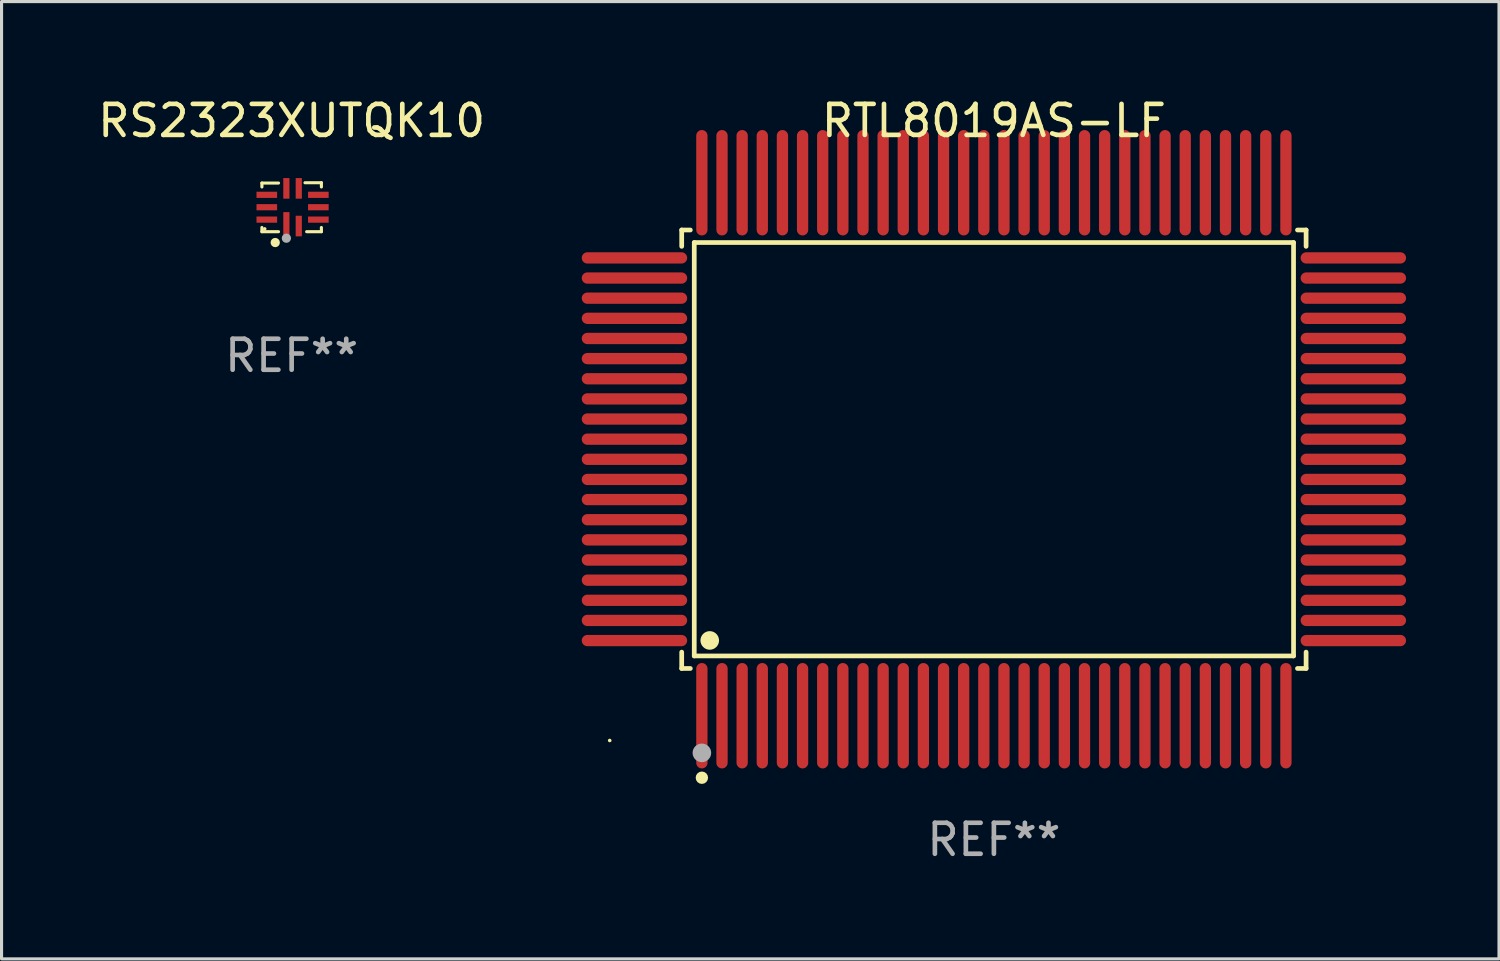
<source format=kicad_pcb>
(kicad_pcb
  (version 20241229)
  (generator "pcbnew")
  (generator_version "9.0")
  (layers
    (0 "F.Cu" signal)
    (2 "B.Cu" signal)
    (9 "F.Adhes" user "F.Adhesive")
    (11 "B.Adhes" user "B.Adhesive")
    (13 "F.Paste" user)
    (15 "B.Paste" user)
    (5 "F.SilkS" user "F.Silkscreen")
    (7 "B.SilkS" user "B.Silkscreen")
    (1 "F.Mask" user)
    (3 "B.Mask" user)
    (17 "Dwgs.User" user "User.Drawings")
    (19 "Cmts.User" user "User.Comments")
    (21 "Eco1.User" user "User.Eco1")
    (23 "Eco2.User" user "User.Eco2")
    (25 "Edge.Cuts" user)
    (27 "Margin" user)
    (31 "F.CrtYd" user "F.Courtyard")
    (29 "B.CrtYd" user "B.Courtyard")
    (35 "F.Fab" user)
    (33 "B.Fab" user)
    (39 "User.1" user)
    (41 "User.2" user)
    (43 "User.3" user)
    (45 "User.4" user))
  (footprint "RTL8019AS-LF"
    (layer "F.Cu")
    (at 29.028 11.449)
    (property "Reference" "RTL8019AS-LF" (at 0 -10.601 0) (layer "F.SilkS") (effects (font (size 1 1) (thickness 0.15))))
    (attr through_hole)
    (fp_line (start -10.076 -7.076) (end -9.798 -7.076) (stroke (width 0.152) (type solid)) (layer "F.SilkS"))
    (fp_line (start -10.076 -6.548) (end -10.076 -7.076) (stroke (width 0.152) (type solid)) (layer "F.SilkS"))
    (fp_line (start -10.076 6.548) (end -10.076 7.076) (stroke (width 0.152) (type solid)) (layer "F.SilkS"))
    (fp_line (start -10.076 7.076) (end -9.798 7.076) (stroke (width 0.152) (type solid)) (layer "F.SilkS"))
    (fp_line (start -9.671 -6.671) (end 9.671 -6.671) (stroke (width 0.152) (type solid)) (layer "F.SilkS"))
    (fp_line (start -9.671 6.671) (end -9.671 -6.671) (stroke (width 0.152) (type solid)) (layer "F.SilkS"))
    (fp_line (start 9.671 -6.671) (end 9.671 6.671) (stroke (width 0.152) (type solid)) (layer "F.SilkS"))
    (fp_line (start 9.671 6.671) (end -9.671 6.671) (stroke (width 0.152) (type solid)) (layer "F.SilkS"))
    (fp_line (start 10.076 -7.076) (end 9.798 -7.076) (stroke (width 0.152) (type solid)) (layer "F.SilkS"))
    (fp_line (start 10.076 -6.548) (end 10.076 -7.076) (stroke (width 0.152) (type solid)) (layer "F.SilkS"))
    (fp_line (start 10.076 6.548) (end 10.076 7.076) (stroke (width 0.152) (type solid)) (layer "F.SilkS"))
    (fp_line (start 10.076 7.076) (end 9.798 7.076) (stroke (width 0.152) (type solid)) (layer "F.SilkS"))
    (fp_circle (center -12.4 9.4) (end -12.37 9.4) (stroke (width 0.06) (type solid)) (fill no) (layer "F.SilkS"))
    (fp_circle (center -9.425 10.602) (end -9.325 10.602) (stroke (width 0.2) (type solid)) (fill no) (layer "F.SilkS"))
    (fp_circle (center -9.171 6.171) (end -9.021 6.171) (stroke (width 0.3) (type solid)) (fill no) (layer "F.SilkS"))
    (fp_circle (center -9.425 9.8) (end -9.275 9.8) (stroke (width 0.3) (type solid)) (fill no) (layer "F.Fab"))
    (fp_text user "REF**" (at 0 12.601 0) (layer "F.Fab") (effects (font (size 1 1) (thickness 0.15))))
    (pad "1" smd oval (at -9.425 8.601) (size 0.364 3.402) (layers "F.Cu" "F.Mask" "F.Paste"))
    (pad "2" smd oval (at -8.775 8.601) (size 0.364 3.402) (layers "F.Cu" "F.Mask" "F.Paste"))
    (pad "3" smd oval (at -8.125 8.601) (size 0.364 3.402) (layers "F.Cu" "F.Mask" "F.Paste"))
    (pad "4" smd oval (at -7.475 8.601) (size 0.364 3.402) (layers "F.Cu" "F.Mask" "F.Paste"))
    (pad "5" smd oval (at -6.825 8.601) (size 0.364 3.402) (layers "F.Cu" "F.Mask" "F.Paste"))
    (pad "6" smd oval (at -6.175 8.601) (size 0.364 3.402) (layers "F.Cu" "F.Mask" "F.Paste"))
    (pad "7" smd oval (at -5.525 8.601) (size 0.364 3.402) (layers "F.Cu" "F.Mask" "F.Paste"))
    (pad "8" smd oval (at -4.875 8.601) (size 0.364 3.402) (layers "F.Cu" "F.Mask" "F.Paste"))
    (pad "9" smd oval (at -4.225 8.601) (size 0.364 3.402) (layers "F.Cu" "F.Mask" "F.Paste"))
    (pad "10" smd oval (at -3.575 8.601) (size 0.364 3.402) (layers "F.Cu" "F.Mask" "F.Paste"))
    (pad "11" smd oval (at -2.925 8.601) (size 0.364 3.402) (layers "F.Cu" "F.Mask" "F.Paste"))
    (pad "12" smd oval (at -2.275 8.601) (size 0.364 3.402) (layers "F.Cu" "F.Mask" "F.Paste"))
    (pad "13" smd oval (at -1.625 8.601) (size 0.364 3.402) (layers "F.Cu" "F.Mask" "F.Paste"))
    (pad "14" smd oval (at -0.975 8.601) (size 0.364 3.402) (layers "F.Cu" "F.Mask" "F.Paste"))
    (pad "15" smd oval (at -0.325 8.601) (size 0.364 3.402) (layers "F.Cu" "F.Mask" "F.Paste"))
    (pad "16" smd oval (at 0.325 8.601) (size 0.364 3.402) (layers "F.Cu" "F.Mask" "F.Paste"))
    (pad "17" smd oval (at 0.975 8.601) (size 0.364 3.402) (layers "F.Cu" "F.Mask" "F.Paste"))
    (pad "18" smd oval (at 1.625 8.601) (size 0.364 3.402) (layers "F.Cu" "F.Mask" "F.Paste"))
    (pad "19" smd oval (at 2.275 8.601) (size 0.364 3.402) (layers "F.Cu" "F.Mask" "F.Paste"))
    (pad "20" smd oval (at 2.925 8.601) (size 0.364 3.402) (layers "F.Cu" "F.Mask" "F.Paste"))
    (pad "21" smd oval (at 3.575 8.601) (size 0.364 3.402) (layers "F.Cu" "F.Mask" "F.Paste"))
    (pad "22" smd oval (at 4.225 8.601) (size 0.364 3.402) (layers "F.Cu" "F.Mask" "F.Paste"))
    (pad "23" smd oval (at 4.875 8.601) (size 0.364 3.402) (layers "F.Cu" "F.Mask" "F.Paste"))
    (pad "24" smd oval (at 5.525 8.601) (size 0.364 3.402) (layers "F.Cu" "F.Mask" "F.Paste"))
    (pad "25" smd oval (at 6.175 8.601) (size 0.364 3.402) (layers "F.Cu" "F.Mask" "F.Paste"))
    (pad "26" smd oval (at 6.825 8.601) (size 0.364 3.402) (layers "F.Cu" "F.Mask" "F.Paste"))
    (pad "27" smd oval (at 7.475 8.601) (size 0.364 3.402) (layers "F.Cu" "F.Mask" "F.Paste"))
    (pad "28" smd oval (at 8.125 8.601) (size 0.364 3.402) (layers "F.Cu" "F.Mask" "F.Paste"))
    (pad "29" smd oval (at 8.775 8.601) (size 0.364 3.402) (layers "F.Cu" "F.Mask" "F.Paste"))
    (pad "30" smd oval (at 9.425 8.601) (size 0.364 3.402) (layers "F.Cu" "F.Mask" "F.Paste"))
    (pad "31" smd oval (at 11.601 6.175) (size 3.402 0.364) (layers "F.Cu" "F.Mask" "F.Paste"))
    (pad "32" smd oval (at 11.601 5.525) (size 3.402 0.364) (layers "F.Cu" "F.Mask" "F.Paste"))
    (pad "33" smd oval (at 11.601 4.875) (size 3.402 0.364) (layers "F.Cu" "F.Mask" "F.Paste"))
    (pad "34" smd oval (at 11.601 4.225) (size 3.402 0.364) (layers "F.Cu" "F.Mask" "F.Paste"))
    (pad "35" smd oval (at 11.601 3.575) (size 3.402 0.364) (layers "F.Cu" "F.Mask" "F.Paste"))
    (pad "36" smd oval (at 11.601 2.925) (size 3.402 0.364) (layers "F.Cu" "F.Mask" "F.Paste"))
    (pad "37" smd oval (at 11.601 2.275) (size 3.402 0.364) (layers "F.Cu" "F.Mask" "F.Paste"))
    (pad "38" smd oval (at 11.601 1.625) (size 3.402 0.364) (layers "F.Cu" "F.Mask" "F.Paste"))
    (pad "39" smd oval (at 11.601 0.975) (size 3.402 0.364) (layers "F.Cu" "F.Mask" "F.Paste"))
    (pad "40" smd oval (at 11.601 0.325) (size 3.402 0.364) (layers "F.Cu" "F.Mask" "F.Paste"))
    (pad "41" smd oval (at 11.601 -0.325) (size 3.402 0.364) (layers "F.Cu" "F.Mask" "F.Paste"))
    (pad "42" smd oval (at 11.601 -0.975) (size 3.402 0.364) (layers "F.Cu" "F.Mask" "F.Paste"))
    (pad "43" smd oval (at 11.601 -1.625) (size 3.402 0.364) (layers "F.Cu" "F.Mask" "F.Paste"))
    (pad "44" smd oval (at 11.601 -2.275) (size 3.402 0.364) (layers "F.Cu" "F.Mask" "F.Paste"))
    (pad "45" smd oval (at 11.601 -2.925) (size 3.402 0.364) (layers "F.Cu" "F.Mask" "F.Paste"))
    (pad "46" smd oval (at 11.601 -3.575) (size 3.402 0.364) (layers "F.Cu" "F.Mask" "F.Paste"))
    (pad "47" smd oval (at 11.601 -4.225) (size 3.402 0.364) (layers "F.Cu" "F.Mask" "F.Paste"))
    (pad "48" smd oval (at 11.601 -4.875) (size 3.402 0.364) (layers "F.Cu" "F.Mask" "F.Paste"))
    (pad "49" smd oval (at 11.601 -5.525) (size 3.402 0.364) (layers "F.Cu" "F.Mask" "F.Paste"))
    (pad "50" smd oval (at 11.601 -6.175) (size 3.402 0.364) (layers "F.Cu" "F.Mask" "F.Paste"))
    (pad "51" smd oval (at 9.425 -8.601) (size 0.364 3.402) (layers "F.Cu" "F.Mask" "F.Paste"))
    (pad "52" smd oval (at 8.775 -8.601) (size 0.364 3.402) (layers "F.Cu" "F.Mask" "F.Paste"))
    (pad "53" smd oval (at 8.125 -8.601) (size 0.364 3.402) (layers "F.Cu" "F.Mask" "F.Paste"))
    (pad "54" smd oval (at 7.475 -8.601) (size 0.364 3.402) (layers "F.Cu" "F.Mask" "F.Paste"))
    (pad "55" smd oval (at 6.825 -8.601) (size 0.364 3.402) (layers "F.Cu" "F.Mask" "F.Paste"))
    (pad "56" smd oval (at 6.175 -8.601) (size 0.364 3.402) (layers "F.Cu" "F.Mask" "F.Paste"))
    (pad "57" smd oval (at 5.525 -8.601) (size 0.364 3.402) (layers "F.Cu" "F.Mask" "F.Paste"))
    (pad "58" smd oval (at 4.875 -8.601) (size 0.364 3.402) (layers "F.Cu" "F.Mask" "F.Paste"))
    (pad "59" smd oval (at 4.225 -8.601) (size 0.364 3.402) (layers "F.Cu" "F.Mask" "F.Paste"))
    (pad "60" smd oval (at 3.575 -8.601) (size 0.364 3.402) (layers "F.Cu" "F.Mask" "F.Paste"))
    (pad "61" smd oval (at 2.925 -8.601) (size 0.364 3.402) (layers "F.Cu" "F.Mask" "F.Paste"))
    (pad "62" smd oval (at 2.275 -8.601) (size 0.364 3.402) (layers "F.Cu" "F.Mask" "F.Paste"))
    (pad "63" smd oval (at 1.625 -8.601) (size 0.364 3.402) (layers "F.Cu" "F.Mask" "F.Paste"))
    (pad "64" smd oval (at 0.975 -8.601) (size 0.364 3.402) (layers "F.Cu" "F.Mask" "F.Paste"))
    (pad "65" smd oval (at 0.325 -8.601) (size 0.364 3.402) (layers "F.Cu" "F.Mask" "F.Paste"))
    (pad "66" smd oval (at -0.325 -8.601) (size 0.364 3.402) (layers "F.Cu" "F.Mask" "F.Paste"))
    (pad "67" smd oval (at -0.975 -8.601) (size 0.364 3.402) (layers "F.Cu" "F.Mask" "F.Paste"))
    (pad "68" smd oval (at -1.625 -8.601) (size 0.364 3.402) (layers "F.Cu" "F.Mask" "F.Paste"))
    (pad "69" smd oval (at -2.275 -8.601) (size 0.364 3.402) (layers "F.Cu" "F.Mask" "F.Paste"))
    (pad "70" smd oval (at -2.925 -8.601) (size 0.364 3.402) (layers "F.Cu" "F.Mask" "F.Paste"))
    (pad "71" smd oval (at -3.575 -8.601) (size 0.364 3.402) (layers "F.Cu" "F.Mask" "F.Paste"))
    (pad "72" smd oval (at -4.225 -8.601) (size 0.364 3.402) (layers "F.Cu" "F.Mask" "F.Paste"))
    (pad "73" smd oval (at -4.875 -8.601) (size 0.364 3.402) (layers "F.Cu" "F.Mask" "F.Paste"))
    (pad "74" smd oval (at -5.525 -8.601) (size 0.364 3.402) (layers "F.Cu" "F.Mask" "F.Paste"))
    (pad "75" smd oval (at -6.175 -8.601) (size 0.364 3.402) (layers "F.Cu" "F.Mask" "F.Paste"))
    (pad "76" smd oval (at -6.825 -8.601) (size 0.364 3.402) (layers "F.Cu" "F.Mask" "F.Paste"))
    (pad "77" smd oval (at -7.475 -8.601) (size 0.364 3.402) (layers "F.Cu" "F.Mask" "F.Paste"))
    (pad "78" smd oval (at -8.125 -8.601) (size 0.364 3.402) (layers "F.Cu" "F.Mask" "F.Paste"))
    (pad "79" smd oval (at -8.775 -8.601) (size 0.364 3.402) (layers "F.Cu" "F.Mask" "F.Paste"))
    (pad "80" smd oval (at -9.425 -8.601) (size 0.364 3.402) (layers "F.Cu" "F.Mask" "F.Paste"))
    (pad "81" smd oval (at -11.601 -6.175) (size 3.402 0.364) (layers "F.Cu" "F.Mask" "F.Paste"))
    (pad "82" smd oval (at -11.601 -5.525) (size 3.402 0.364) (layers "F.Cu" "F.Mask" "F.Paste"))
    (pad "83" smd oval (at -11.601 -4.875) (size 3.402 0.364) (layers "F.Cu" "F.Mask" "F.Paste"))
    (pad "84" smd oval (at -11.601 -4.225) (size 3.402 0.364) (layers "F.Cu" "F.Mask" "F.Paste"))
    (pad "85" smd oval (at -11.601 -3.575) (size 3.402 0.364) (layers "F.Cu" "F.Mask" "F.Paste"))
    (pad "86" smd oval (at -11.601 -2.925) (size 3.402 0.364) (layers "F.Cu" "F.Mask" "F.Paste"))
    (pad "87" smd oval (at -11.601 -2.275) (size 3.402 0.364) (layers "F.Cu" "F.Mask" "F.Paste"))
    (pad "88" smd oval (at -11.601 -1.625) (size 3.402 0.364) (layers "F.Cu" "F.Mask" "F.Paste"))
    (pad "89" smd oval (at -11.601 -0.975) (size 3.402 0.364) (layers "F.Cu" "F.Mask" "F.Paste"))
    (pad "90" smd oval (at -11.601 -0.325) (size 3.402 0.364) (layers "F.Cu" "F.Mask" "F.Paste"))
    (pad "91" smd oval (at -11.601 0.325) (size 3.402 0.364) (layers "F.Cu" "F.Mask" "F.Paste"))
    (pad "92" smd oval (at -11.601 0.975) (size 3.402 0.364) (layers "F.Cu" "F.Mask" "F.Paste"))
    (pad "93" smd oval (at -11.601 1.625) (size 3.402 0.364) (layers "F.Cu" "F.Mask" "F.Paste"))
    (pad "94" smd oval (at -11.601 2.275) (size 3.402 0.364) (layers "F.Cu" "F.Mask" "F.Paste"))
    (pad "95" smd oval (at -11.601 2.925) (size 3.402 0.364) (layers "F.Cu" "F.Mask" "F.Paste"))
    (pad "96" smd oval (at -11.601 3.575) (size 3.402 0.364) (layers "F.Cu" "F.Mask" "F.Paste"))
    (pad "97" smd oval (at -11.601 4.225) (size 3.402 0.364) (layers "F.Cu" "F.Mask" "F.Paste"))
    (pad "98" smd oval (at -11.601 4.875) (size 3.402 0.364) (layers "F.Cu" "F.Mask" "F.Paste"))
    (pad "99" smd oval (at -11.601 5.525) (size 3.402 0.364) (layers "F.Cu" "F.Mask" "F.Paste"))
    (pad "100" smd oval (at -11.601 6.175) (size 3.402 0.364) (layers "F.Cu" "F.Mask" "F.Paste")))
  (footprint "RS2323XUTQK10"
    (layer "F.Cu")
    (at 6.363 3.638)
    (property "Reference" "RS2323XUTQK10" (at 0 -2.79 0) (layer "F.SilkS") (effects (font (size 1 1) (thickness 0.15))))
    (attr through_hole)
    (fp_line (start -0.96 -0.78) (end -0.424 -0.78) (stroke (width 0.1) (type solid)) (layer "F.SilkS"))
    (fp_line (start -0.96 -0.654) (end -0.96 -0.78) (stroke (width 0.1) (type solid)) (layer "F.SilkS"))
    (fp_line (start -0.96 0.79) (end -0.96 0.654) (stroke (width 0.1) (type solid)) (layer "F.SilkS"))
    (fp_line (start -0.424 0.79) (end -0.96 0.79) (stroke (width 0.1) (type solid)) (layer "F.SilkS"))
    (fp_line (start 0.43 -0.79) (end 0.96 -0.79) (stroke (width 0.1) (type solid)) (layer "F.SilkS"))
    (fp_line (start 0.96 -0.79) (end 0.96 -0.654) (stroke (width 0.1) (type solid)) (layer "F.SilkS"))
    (fp_line (start 0.96 0.654) (end 0.96 0.76) (stroke (width 0.1) (type solid)) (layer "F.SilkS"))
    (fp_line (start 0.96 0.76) (end 0.96 0.79) (stroke (width 0.1) (type solid)) (layer "F.SilkS"))
    (fp_line (start 0.96 0.79) (end 0.484 0.79) (stroke (width 0.1) (type solid)) (layer "F.SilkS"))
    (fp_circle (center -0.87 0.7) (end -0.84 0.7) (stroke (width 0.06) (type solid)) (fill no) (layer "F.SilkS"))
    (fp_circle (center -0.53 1.14) (end -0.455 1.14) (stroke (width 0.15) (type solid)) (fill no) (layer "F.SilkS"))
    (fp_circle (center -0.17 1) (end -0.095 1) (stroke (width 0.15) (type solid)) (fill no) (layer "F.Fab"))
    (fp_text user "REF**" (at 0 4.79 0) (layer "F.Fab") (effects (font (size 1 1) (thickness 0.15))))
    (pad "1" smd rect (at -0.17 0.608) (size 0.2 0.9) (layers "F.Cu" "F.Mask" "F.Paste"))
    (pad "2" smd rect (at 0.23 0.608) (size 0.2 0.665) (layers "F.Cu" "F.Mask" "F.Paste"))
    (pad "3" smd rect (at 0.862 0.4) (size 0.665 0.2) (layers "F.Cu" "F.Mask" "F.Paste"))
    (pad "4" smd rect (at 0.862 0) (size 0.665 0.2) (layers "F.Cu" "F.Mask" "F.Paste"))
    (pad "5" smd rect (at 0.862 -0.4) (size 0.665 0.2) (layers "F.Cu" "F.Mask" "F.Paste"))
    (pad "6" smd rect (at 0.23 -0.608) (size 0.2 0.665) (layers "F.Cu" "F.Mask" "F.Paste"))
    (pad "7" smd rect (at -0.17 -0.608) (size 0.2 0.665) (layers "F.Cu" "F.Mask" "F.Paste"))
    (pad "8" smd rect (at -0.802 -0.4) (size 0.665 0.2) (layers "F.Cu" "F.Mask" "F.Paste"))
    (pad "9" smd rect (at -0.802 0) (size 0.665 0.2) (layers "F.Cu" "F.Mask" "F.Paste"))
    (pad "10" smd rect (at -0.802 0.4) (size 0.665 0.2) (layers "F.Cu" "F.Mask" "F.Paste")))
  (gr_rect
    (start -3 -3)
    (end 45.33 27.898)
    (stroke (width 0.1) (type default))
    (fill no)
    (layer "Edge.Cuts")))
</source>
